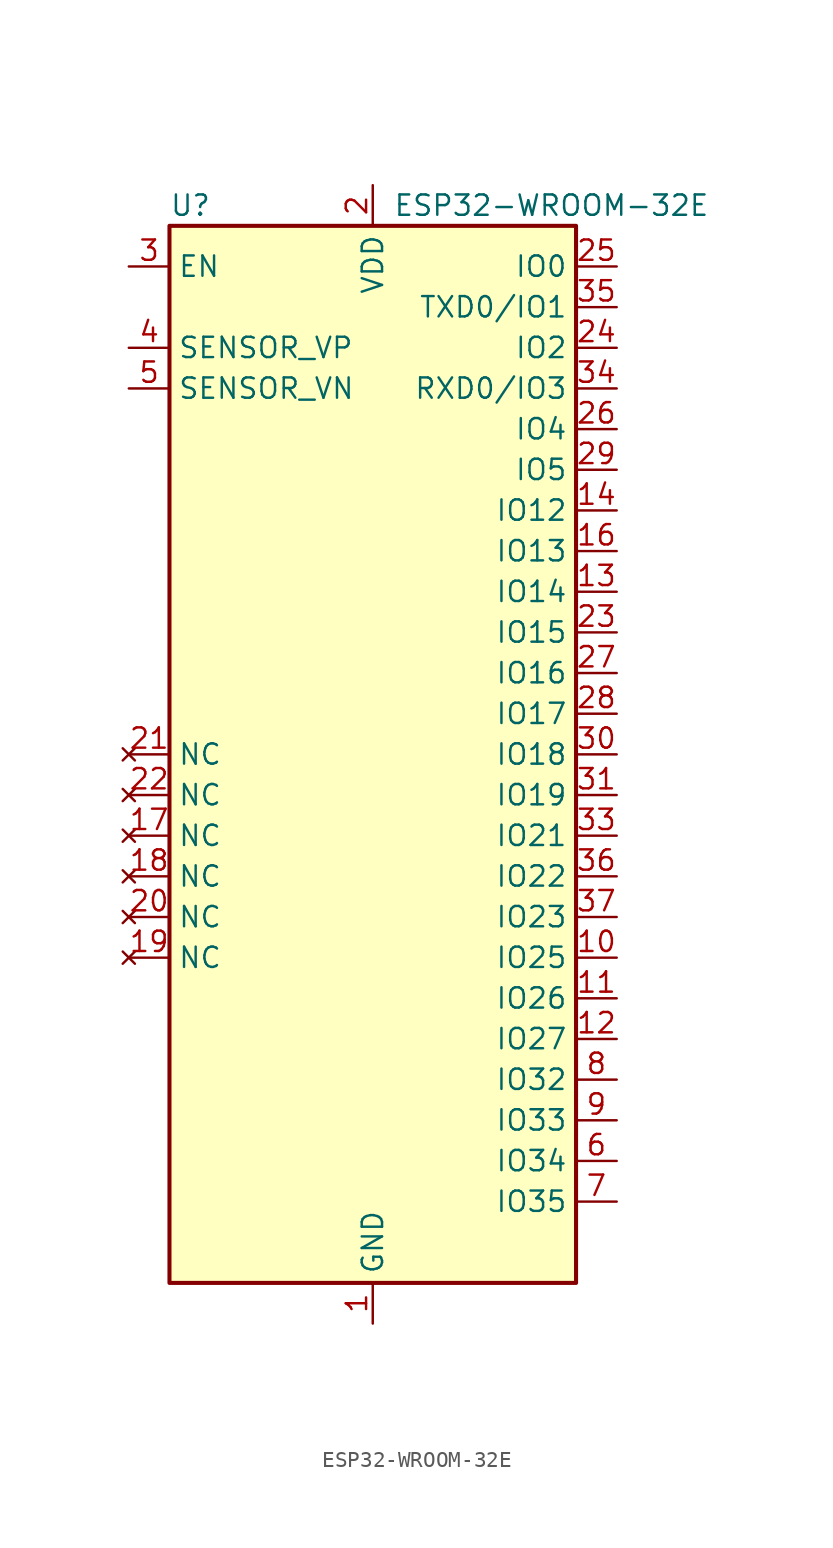
<source format=kicad_sym>
(kicad_symbol_lib
  (version 20211014)
  (generator kicad_symbol_editor)
  (symbol "ESP32-WROOM-32E"
    (property "Reference" "U"
      (at -12.7 34.29 0)
      (effects (font (size 1.27 1.27)) (justify left)))
    (property "Value" "ESP32-WROOM-32E"
      (at 1.27 34.29 0)
      (effects (font (size 1.27 1.27)) (justify left)))
    (symbol "ESP32-WROOM-32E_0_1"
      (rectangle (start -12.7 33.02) (end 12.7 -33.02) (stroke (width 0.254) (type default) (color 0 0 0 0)) (fill (type background))))
    (symbol "ESP32-WROOM-32E_1_1"
      (pin power_in line (at 0 -35.56 90) (length 2.54) (name "GND" (effects (font (size 1.27 1.27)))) (number "1" (effects (font (size 1.27 1.27)))))
      (pin bidirectional line (at 15.24 -12.7 180) (length 2.54) (name "IO25" (effects (font (size 1.27 1.27)))) (number "10" (effects (font (size 1.27 1.27)))))
      (pin bidirectional line (at 15.24 -15.24 180) (length 2.54) (name "IO26" (effects (font (size 1.27 1.27)))) (number "11" (effects (font (size 1.27 1.27)))))
      (pin bidirectional line (at 15.24 -17.78 180) (length 2.54) (name "IO27" (effects (font (size 1.27 1.27)))) (number "12" (effects (font (size 1.27 1.27)))))
      (pin bidirectional line (at 15.24 10.16 180) (length 2.54) (name "IO14" (effects (font (size 1.27 1.27)))) (number "13" (effects (font (size 1.27 1.27)))))
      (pin bidirectional line (at 15.24 15.24 180) (length 2.54) (name "IO12" (effects (font (size 1.27 1.27)))) (number "14" (effects (font (size 1.27 1.27)))))
      (pin passive line (at 0 -35.56 90) (length 2.54) hide (name "GND" (effects (font (size 1.27 1.27)))) (number "15" (effects (font (size 1.27 1.27)))))
      (pin bidirectional line (at 15.24 12.7 180) (length 2.54) (name "IO13" (effects (font (size 1.27 1.27)))) (number "16" (effects (font (size 1.27 1.27)))))
      (pin no_connect line (at -15.24 -5.08 0) (length 2.54) (name "NC" (effects (font (size 1.27 1.27)))) (number "17" (effects (font (size 1.27 1.27)))))
      (pin no_connect line (at -15.24 -7.62 0) (length 2.54) (name "NC" (effects (font (size 1.27 1.27)))) (number "18" (effects (font (size 1.27 1.27)))))
      (pin no_connect line (at -15.24 -12.7 0) (length 2.54) (name "NC" (effects (font (size 1.27 1.27)))) (number "19" (effects (font (size 1.27 1.27)))))
      (pin power_in line (at 0 35.56 270) (length 2.54) (name "VDD" (effects (font (size 1.27 1.27)))) (number "2" (effects (font (size 1.27 1.27)))))
      (pin no_connect line (at -15.24 -10.16 0) (length 2.54) (name "NC" (effects (font (size 1.27 1.27)))) (number "20" (effects (font (size 1.27 1.27)))))
      (pin no_connect line (at -15.24 0 0) (length 2.54) (name "NC" (effects (font (size 1.27 1.27)))) (number "21" (effects (font (size 1.27 1.27)))))
      (pin no_connect line (at -15.24 -2.54 0) (length 2.54) (name "NC" (effects (font (size 1.27 1.27)))) (number "22" (effects (font (size 1.27 1.27)))))
      (pin bidirectional line (at 15.24 7.62 180) (length 2.54) (name "IO15" (effects (font (size 1.27 1.27)))) (number "23" (effects (font (size 1.27 1.27)))))
      (pin bidirectional line (at 15.24 25.4 180) (length 2.54) (name "IO2" (effects (font (size 1.27 1.27)))) (number "24" (effects (font (size 1.27 1.27)))))
      (pin bidirectional line (at 15.24 30.48 180) (length 2.54) (name "IO0" (effects (font (size 1.27 1.27)))) (number "25" (effects (font (size 1.27 1.27)))))
      (pin bidirectional line (at 15.24 20.32 180) (length 2.54) (name "IO4" (effects (font (size 1.27 1.27)))) (number "26" (effects (font (size 1.27 1.27)))))
      (pin bidirectional line (at 15.24 5.08 180) (length 2.54) (name "IO16" (effects (font (size 1.27 1.27)))) (number "27" (effects (font (size 1.27 1.27)))))
      (pin bidirectional line (at 15.24 2.54 180) (length 2.54) (name "IO17" (effects (font (size 1.27 1.27)))) (number "28" (effects (font (size 1.27 1.27)))))
      (pin bidirectional line (at 15.24 17.78 180) (length 2.54) (name "IO5" (effects (font (size 1.27 1.27)))) (number "29" (effects (font (size 1.27 1.27)))))
      (pin input line (at -15.24 30.48 0) (length 2.54) (name "EN" (effects (font (size 1.27 1.27)))) (number "3" (effects (font (size 1.27 1.27)))))
      (pin bidirectional line (at 15.24 0 180) (length 2.54) (name "IO18" (effects (font (size 1.27 1.27)))) (number "30" (effects (font (size 1.27 1.27)))))
      (pin bidirectional line (at 15.24 -2.54 180) (length 2.54) (name "IO19" (effects (font (size 1.27 1.27)))) (number "31" (effects (font (size 1.27 1.27)))))
      (pin no_connect line (at -12.7 -27.94 0) (length 2.54) hide (name "NC" (effects (font (size 1.27 1.27)))) (number "32" (effects (font (size 1.27 1.27)))))
      (pin bidirectional line (at 15.24 -5.08 180) (length 2.54) (name "IO21" (effects (font (size 1.27 1.27)))) (number "33" (effects (font (size 1.27 1.27)))))
      (pin bidirectional line (at 15.24 22.86 180) (length 2.54) (name "RXD0/IO3" (effects (font (size 1.27 1.27)))) (number "34" (effects (font (size 1.27 1.27)))))
      (pin bidirectional line (at 15.24 27.94 180) (length 2.54) (name "TXD0/IO1" (effects (font (size 1.27 1.27)))) (number "35" (effects (font (size 1.27 1.27)))))
      (pin bidirectional line (at 15.24 -7.62 180) (length 2.54) (name "IO22" (effects (font (size 1.27 1.27)))) (number "36" (effects (font (size 1.27 1.27)))))
      (pin bidirectional line (at 15.24 -10.16 180) (length 2.54) (name "IO23" (effects (font (size 1.27 1.27)))) (number "37" (effects (font (size 1.27 1.27)))))
      (pin passive line (at 0 -35.56 90) (length 2.54) hide (name "GND" (effects (font (size 1.27 1.27)))) (number "38" (effects (font (size 1.27 1.27)))))
      (pin passive line (at 0 -35.56 90) (length 2.54) hide (name "GND" (effects (font (size 1.27 1.27)))) (number "39" (effects (font (size 1.27 1.27)))))
      (pin input line (at -15.24 25.4 0) (length 2.54) (name "SENSOR_VP" (effects (font (size 1.27 1.27)))) (number "4" (effects (font (size 1.27 1.27)))))
      (pin input line (at -15.24 22.86 0) (length 2.54) (name "SENSOR_VN" (effects (font (size 1.27 1.27)))) (number "5" (effects (font (size 1.27 1.27)))))
      (pin input line (at 15.24 -25.4 180) (length 2.54) (name "IO34" (effects (font (size 1.27 1.27)))) (number "6" (effects (font (size 1.27 1.27)))))
      (pin input line (at 15.24 -27.94 180) (length 2.54) (name "IO35" (effects (font (size 1.27 1.27)))) (number "7" (effects (font (size 1.27 1.27)))))
      (pin bidirectional line (at 15.24 -20.32 180) (length 2.54) (name "IO32" (effects (font (size 1.27 1.27)))) (number "8" (effects (font (size 1.27 1.27)))))
      (pin bidirectional line (at 15.24 -22.86 180) (length 2.54) (name "IO33" (effects (font (size 1.27 1.27)))) (number "9" (effects (font (size 1.27 1.27))))))))
</source>
